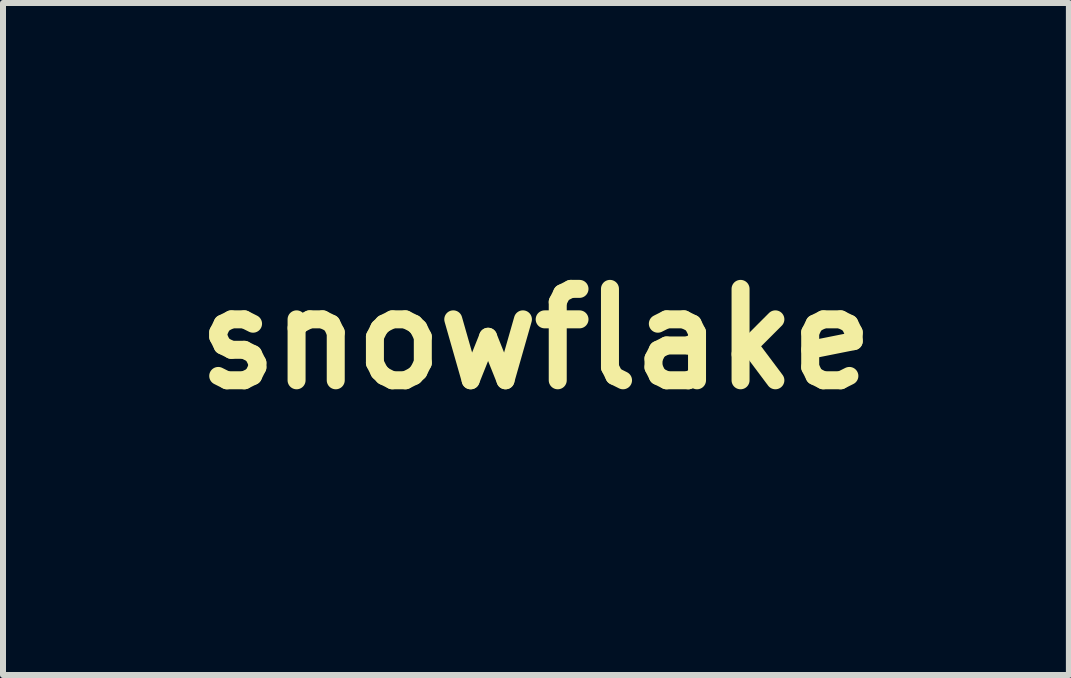
<source format=kicad_pcb>
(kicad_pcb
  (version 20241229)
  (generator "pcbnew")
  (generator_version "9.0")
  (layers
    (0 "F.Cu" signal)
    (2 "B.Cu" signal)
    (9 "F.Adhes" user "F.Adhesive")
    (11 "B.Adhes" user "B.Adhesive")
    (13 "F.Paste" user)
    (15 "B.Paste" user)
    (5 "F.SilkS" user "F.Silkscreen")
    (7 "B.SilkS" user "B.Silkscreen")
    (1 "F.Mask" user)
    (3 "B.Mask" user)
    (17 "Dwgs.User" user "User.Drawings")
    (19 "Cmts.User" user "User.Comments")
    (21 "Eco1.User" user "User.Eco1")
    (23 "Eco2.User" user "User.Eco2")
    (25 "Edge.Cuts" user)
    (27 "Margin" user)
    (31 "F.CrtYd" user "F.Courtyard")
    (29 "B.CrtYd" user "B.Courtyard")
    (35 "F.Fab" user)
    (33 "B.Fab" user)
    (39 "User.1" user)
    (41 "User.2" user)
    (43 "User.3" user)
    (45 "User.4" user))
  (footprint "snowflake"
    (layer "F.Cu")
    (at 5.886 2.601)
    (property "Reference" "snowflake" (at 0 0 0) (layer "F.SilkS") (effects (font (size 1.524 1.524) (thickness 0.3))))
    (attr through_hole)
    (fp_poly (pts (xy 0.07 -2.591) (xy 0.128 -2.576) (xy 0.178 -2.549) (xy 0.227 -2.506) (xy 0.273 -2.461) (xy 0.306 -2.496) (xy 0.334 -2.519) (xy 0.371 -2.544) (xy 0.406 -2.563) (xy 0.445 -2.581) (xy 0.479 -2.591) (xy 0.517 -2.595) (xy 0.548 -2.596) (xy 0.593 -2.594) (xy 0.627 -2.589) (xy 0.661 -2.577) (xy 0.693 -2.562) (xy 0.741 -2.534) (xy 0.782 -2.502) (xy 0.797 -2.487) (xy 0.839 -2.422) (xy 0.865 -2.349) (xy 0.873 -2.272) (xy 0.863 -2.193) (xy 0.852 -2.157) (xy 0.845 -2.14) (xy 0.836 -2.123) (xy 0.824 -2.105) (xy 0.807 -2.082) (xy 0.783 -2.055) (xy 0.751 -2.021) (xy 0.71 -1.978) (xy 0.657 -1.924) (xy 0.592 -1.858) (xy 0.578 -1.844) (xy 0.325 -1.589) (xy 0.325 -0.788) (xy 0.609 -1.071) (xy 0.893 -1.355) (xy 0.896 -1.717) (xy 0.897 -1.812) (xy 0.898 -1.889) (xy 0.899 -1.951) (xy 0.9 -1.998) (xy 0.902 -2.035) (xy 0.904 -2.063) (xy 0.907 -2.084) (xy 0.911 -2.1) (xy 0.916 -2.115) (xy 0.922 -2.129) (xy 0.923 -2.131) (xy 0.954 -2.182) (xy 0.999 -2.231) (xy 1.051 -2.274) (xy 1.095 -2.299) (xy 1.157 -2.317) (xy 1.226 -2.322) (xy 1.296 -2.313) (xy 1.353 -2.294) (xy 1.424 -2.251) (xy 1.479 -2.196) (xy 1.517 -2.129) (xy 1.538 -2.052) (xy 1.543 -2.009) (xy 1.546 -1.93) (xy 1.611 -1.93) (xy 1.692 -1.921) (xy 1.763 -1.895) (xy 1.825 -1.853) (xy 1.874 -1.797) (xy 1.909 -1.73) (xy 1.928 -1.654) (xy 1.93 -1.61) (xy 1.93 -1.544) (xy 1.996 -1.544) (xy 2.077 -1.535) (xy 2.151 -1.507) (xy 2.215 -1.462) (xy 2.267 -1.402) (xy 2.294 -1.354) (xy 2.315 -1.289) (xy 2.322 -1.219) (xy 2.316 -1.15) (xy 2.299 -1.095) (xy 2.267 -1.042) (xy 2.223 -0.99) (xy 2.172 -0.948) (xy 2.131 -0.923) (xy 2.116 -0.917) (xy 2.102 -0.912) (xy 2.086 -0.908) (xy 2.066 -0.904) (xy 2.039 -0.902) (xy 2.003 -0.9) (xy 1.957 -0.899) (xy 1.897 -0.898) (xy 1.822 -0.897) (xy 1.729 -0.896) (xy 1.717 -0.896) (xy 1.355 -0.893) (xy 1.071 -0.609) (xy 0.788 -0.325) (xy 1.189 -0.325) (xy 1.59 -0.325) (xy 1.834 -0.568) (xy 1.902 -0.637) (xy 1.959 -0.692) (xy 2.005 -0.736) (xy 2.042 -0.77) (xy 2.072 -0.796) (xy 2.096 -0.815) (xy 2.117 -0.829) (xy 2.137 -0.839) (xy 2.139 -0.84) (xy 2.213 -0.864) (xy 2.288 -0.87) (xy 2.363 -0.859) (xy 2.432 -0.831) (xy 2.494 -0.789) (xy 2.544 -0.733) (xy 2.568 -0.693) (xy 2.582 -0.66) (xy 2.591 -0.629) (xy 2.595 -0.595) (xy 2.596 -0.549) (xy 2.592 -0.482) (xy 2.577 -0.426) (xy 2.55 -0.375) (xy 2.508 -0.321) (xy 2.505 -0.318) (xy 2.463 -0.271) (xy 2.504 -0.229) (xy 2.549 -0.176) (xy 2.578 -0.121) (xy 2.593 -0.059) (xy 2.596 0) (xy 2.591 0.07) (xy 2.576 0.128) (xy 2.548 0.179) (xy 2.507 0.226) (xy 2.463 0.271) (xy 2.505 0.318) (xy 2.556 0.388) (xy 2.588 0.462) (xy 2.6 0.54) (xy 2.593 0.619) (xy 2.587 0.641) (xy 2.557 0.712) (xy 2.512 0.771) (xy 2.455 0.818) (xy 2.389 0.851) (xy 2.317 0.869) (xy 2.241 0.87) (xy 2.166 0.854) (xy 2.136 0.842) (xy 2.117 0.831) (xy 2.092 0.811) (xy 2.058 0.782) (xy 2.014 0.743) (xy 1.961 0.692) (xy 1.895 0.628) (xy 1.839 0.572) (xy 1.589 0.325) (xy 0.788 0.325) (xy 1.071 0.609) (xy 1.355 0.893) (xy 1.717 0.896) (xy 1.812 0.897) (xy 1.889 0.898) (xy 1.951 0.899) (xy 1.998 0.9) (xy 2.035 0.902) (xy 2.063 0.904) (xy 2.084 0.907) (xy 2.1 0.911) (xy 2.115 0.916) (xy 2.129 0.922) (xy 2.131 0.923) (xy 2.182 0.954) (xy 2.231 0.999) (xy 2.274 1.051) (xy 2.299 1.095) (xy 2.317 1.157) (xy 2.322 1.226) (xy 2.313 1.296) (xy 2.294 1.354) (xy 2.251 1.423) (xy 2.195 1.479) (xy 2.128 1.518) (xy 2.052 1.54) (xy 1.997 1.544) (xy 1.932 1.544) (xy 1.932 1.603) (xy 1.923 1.687) (xy 1.897 1.761) (xy 1.853 1.825) (xy 1.794 1.876) (xy 1.744 1.906) (xy 1.693 1.923) (xy 1.634 1.93) (xy 1.609 1.93) (xy 1.546 1.93) (xy 1.543 2.009) (xy 1.53 2.092) (xy 1.5 2.165) (xy 1.453 2.226) (xy 1.39 2.275) (xy 1.353 2.294) (xy 1.289 2.315) (xy 1.219 2.322) (xy 1.15 2.316) (xy 1.095 2.299) (xy 1.042 2.267) (xy 0.99 2.223) (xy 0.948 2.172) (xy 0.923 2.131) (xy 0.917 2.116) (xy 0.912 2.102) (xy 0.908 2.086) (xy 0.904 2.066) (xy 0.902 2.039) (xy 0.9 2.003) (xy 0.899 1.957) (xy 0.898 1.897) (xy 0.897 1.822) (xy 0.896 1.729) (xy 0.896 1.717) (xy 0.893 1.355) (xy 0.609 1.071) (xy 0.325 0.788) (xy 0.325 1.589) (xy 0.578 1.844) (xy 0.65 1.917) (xy 0.709 1.977) (xy 0.757 2.027) (xy 0.794 2.069) (xy 0.821 2.104) (xy 0.841 2.134) (xy 0.855 2.162) (xy 0.863 2.189) (xy 0.867 2.217) (xy 0.868 2.249) (xy 0.868 2.281) (xy 0.867 2.327) (xy 0.862 2.361) (xy 0.852 2.391) (xy 0.84 2.415) (xy 0.793 2.485) (xy 0.733 2.54) (xy 0.682 2.569) (xy 0.646 2.584) (xy 0.613 2.592) (xy 0.574 2.595) (xy 0.544 2.595) (xy 0.475 2.59) (xy 0.416 2.572) (xy 0.361 2.541) (xy 0.318 2.505) (xy 0.271 2.463) (xy 0.229 2.504) (xy 0.176 2.549) (xy 0.121 2.578) (xy 0.059 2.593) (xy 0 2.596) (xy -0.073 2.591) (xy -0.133 2.573) (xy -0.187 2.541) (xy -0.229 2.504) (xy -0.271 2.463) (xy -0.318 2.505) (xy -0.379 2.552) (xy -0.44 2.581) (xy -0.508 2.596) (xy -0.532 2.598) (xy -0.591 2.597) (xy -0.64 2.588) (xy -0.657 2.583) (xy -0.729 2.547) (xy -0.787 2.498) (xy -0.832 2.437) (xy -0.861 2.368) (xy -0.873 2.292) (xy -0.868 2.214) (xy -0.852 2.157) (xy -0.845 2.14) (xy -0.836 2.123) (xy -0.824 2.105) (xy -0.807 2.082) (xy -0.783 2.055) (xy -0.751 2.021) (xy -0.71 1.978) (xy -0.657 1.924) (xy -0.592 1.858) (xy -0.578 1.844) (xy -0.325 1.589) (xy -0.325 0.788) (xy -0.609 1.071) (xy -0.893 1.355) (xy -0.896 1.717) (xy -0.897 1.818) (xy -0.898 1.902) (xy -0.9 1.97) (xy -0.903 2.025) (xy -0.907 2.068) (xy -0.913 2.102) (xy -0.922 2.13) (xy -0.933 2.153) (xy -0.947 2.174) (xy -0.964 2.196) (xy -0.986 2.219) (xy -1.046 2.271) (xy -1.113 2.305) (xy -1.189 2.32) (xy -1.22 2.321) (xy -1.265 2.32) (xy -1.3 2.314) (xy -1.334 2.302) (xy -1.364 2.288) (xy -1.433 2.244) (xy -1.486 2.187) (xy -1.523 2.119) (xy -1.542 2.042) (xy -1.544 1.996) (xy -1.544 1.93) (xy -1.609 1.93) (xy -1.684 1.923) (xy -1.75 1.901) (xy -1.804 1.868) (xy -1.862 1.815) (xy -1.902 1.751) (xy -1.926 1.676) (xy -1.932 1.605) (xy -1.931 1.546) (xy -2.01 1.543) (xy -2.093 1.53) (xy -2.165 1.5) (xy -2.226 1.453) (xy -2.275 1.389) (xy -2.294 1.353) (xy -2.315 1.289) (xy -2.322 1.219) (xy -2.316 1.15) (xy -2.299 1.095) (xy -2.267 1.042) (xy -2.223 0.99) (xy -2.172 0.948) (xy -2.131 0.923) (xy -2.116 0.917) (xy -2.102 0.912) (xy -2.086 0.908) (xy -2.066 0.904) (xy -2.039 0.902) (xy -2.003 0.9) (xy -1.957 0.899) (xy -1.897 0.898) (xy -1.822 0.897) (xy -1.729 0.896) (xy -1.717 0.896) (xy -1.355 0.893) (xy -1.071 0.609) (xy -0.788 0.325) (xy -1.59 0.325) (xy -1.819 0.554) (xy -1.877 0.612) (xy -1.932 0.666) (xy -1.982 0.715) (xy -2.025 0.756) (xy -2.059 0.788) (xy -2.082 0.808) (xy -2.088 0.813) (xy -2.157 0.849) (xy -2.23 0.868) (xy -2.304 0.87) (xy -2.377 0.855) (xy -2.444 0.825) (xy -2.503 0.781) (xy -2.551 0.722) (xy -2.567 0.693) (xy -2.582 0.66) (xy -2.591 0.63) (xy -2.595 0.595) (xy -2.596 0.549) (xy -2.592 0.482) (xy -2.577 0.426) (xy -2.55 0.375) (xy -2.508 0.321) (xy -2.505 0.318) (xy -2.463 0.271) (xy -2.504 0.229) (xy -2.549 0.176) (xy -2.578 0.121) (xy -2.593 0.059) (xy -2.596 0) (xy -2.594 -0.027) (xy -0.321 -0.027) (xy -0.319 0.047) (xy -0.312 0.082) (xy -0.28 0.157) (xy -0.235 0.219) (xy -0.178 0.268) (xy -0.113 0.302) (xy -0.042 0.32) (xy 0.033 0.32) (xy 0.109 0.302) (xy 0.136 0.291) (xy 0.201 0.25) (xy 0.253 0.197) (xy 0.291 0.135) (xy 0.314 0.066) (xy 0.321 -0.006) (xy 0.312 -0.078) (xy 0.287 -0.147) (xy 0.245 -0.21) (xy 0.228 -0.228) (xy 0.167 -0.276) (xy 0.099 -0.306) (xy 0.025 -0.32) (xy -0.05 -0.317) (xy -0.122 -0.298) (xy -0.189 -0.262) (xy -0.228 -0.228) (xy -0.274 -0.169) (xy -0.305 -0.1) (xy -0.321 -0.027) (xy -2.594 -0.027) (xy -2.591 -0.073) (xy -2.573 -0.133) (xy -2.541 -0.187) (xy -2.504 -0.229) (xy -2.463 -0.271) (xy -2.508 -0.321) (xy -2.554 -0.382) (xy -2.583 -0.445) (xy -2.597 -0.516) (xy -2.599 -0.533) (xy -2.595 -0.614) (xy -2.572 -0.685) (xy -2.531 -0.749) (xy -2.511 -0.772) (xy -2.457 -0.818) (xy -2.402 -0.848) (xy -2.341 -0.864) (xy -2.276 -0.868) (xy -2.241 -0.867) (xy -2.211 -0.865) (xy -2.183 -0.86) (xy -2.155 -0.85) (xy -2.127 -0.835) (xy -2.095 -0.813) (xy -2.058 -0.783) (xy -2.014 -0.743) (xy -1.961 -0.693) (xy -1.897 -0.63) (xy -1.839 -0.572) (xy -1.589 -0.325) (xy -0.788 -0.325) (xy -1.071 -0.609) (xy -1.355 -0.893) (xy -1.717 -0.896) (xy -1.812 -0.897) (xy -1.889 -0.898) (xy -1.951 -0.899) (xy -1.998 -0.9) (xy -2.035 -0.902) (xy -2.063 -0.904) (xy -2.084 -0.907) (xy -2.1 -0.911) (xy -2.115 -0.916) (xy -2.129 -0.922) (xy -2.131 -0.923) (xy -2.182 -0.954) (xy -2.231 -0.999) (xy -2.274 -1.051) (xy -2.299 -1.095) (xy -2.317 -1.157) (xy -2.322 -1.226) (xy -2.313 -1.296) (xy -2.294 -1.353) (xy -2.251 -1.424) (xy -2.196 -1.479) (xy -2.13 -1.517) (xy -2.052 -1.538) (xy -2.008 -1.543) (xy -1.928 -1.547) (xy -1.933 -1.577) (xy -1.934 -1.617) (xy -1.927 -1.667) (xy -1.916 -1.716) (xy -1.901 -1.757) (xy -1.87 -1.802) (xy -1.828 -1.848) (xy -1.781 -1.886) (xy -1.756 -1.901) (xy -1.716 -1.916) (xy -1.665 -1.925) (xy -1.629 -1.928) (xy -1.546 -1.933) (xy -1.543 -2.01) (xy -1.53 -2.093) (xy -1.499 -2.165) (xy -1.452 -2.226) (xy -1.389 -2.275) (xy -1.353 -2.294) (xy -1.289 -2.315) (xy -1.219 -2.322) (xy -1.15 -2.316) (xy -1.095 -2.299) (xy -1.042 -2.267) (xy -0.99 -2.223) (xy -0.948 -2.172) (xy -0.923 -2.131) (xy -0.917 -2.116) (xy -0.912 -2.102) (xy -0.908 -2.086) (xy -0.904 -2.066) (xy -0.902 -2.039) (xy -0.9 -2.003) (xy -0.899 -1.957) (xy -0.898 -1.897) (xy -0.897 -1.822) (xy -0.896 -1.729) (xy -0.896 -1.717) (xy -0.893 -1.355) (xy -0.609 -1.071) (xy -0.325 -0.788) (xy -0.325 -1.589) (xy -0.578 -1.844) (xy -0.646 -1.912) (xy -0.7 -1.968) (xy -0.744 -2.013) (xy -0.777 -2.049) (xy -0.803 -2.077) (xy -0.821 -2.1) (xy -0.834 -2.12) (xy -0.844 -2.137) (xy -0.851 -2.153) (xy -0.852 -2.157) (xy -0.871 -2.235) (xy -0.871 -2.313) (xy -0.854 -2.389) (xy -0.819 -2.458) (xy -0.797 -2.487) (xy -0.763 -2.519) (xy -0.717 -2.55) (xy -0.693 -2.562) (xy -0.653 -2.581) (xy -0.62 -2.591) (xy -0.584 -2.595) (xy -0.548 -2.596) (xy -0.502 -2.594) (xy -0.467 -2.588) (xy -0.432 -2.576) (xy -0.406 -2.563) (xy -0.367 -2.541) (xy -0.33 -2.516) (xy -0.306 -2.496) (xy -0.273 -2.461) (xy -0.23 -2.504) (xy -0.177 -2.549) (xy -0.122 -2.578) (xy -0.06 -2.592) (xy 0 -2.596) (xy 0.07 -2.591)) (stroke (width 0.01) (type solid)) (fill yes) (layer "F.Mask")))
  (gr_rect
    (start -3 -3)
    (end 14.771 8.204)
    (stroke (width 0.1) (type default))
    (fill no)
    (layer "Edge.Cuts")))
</source>
